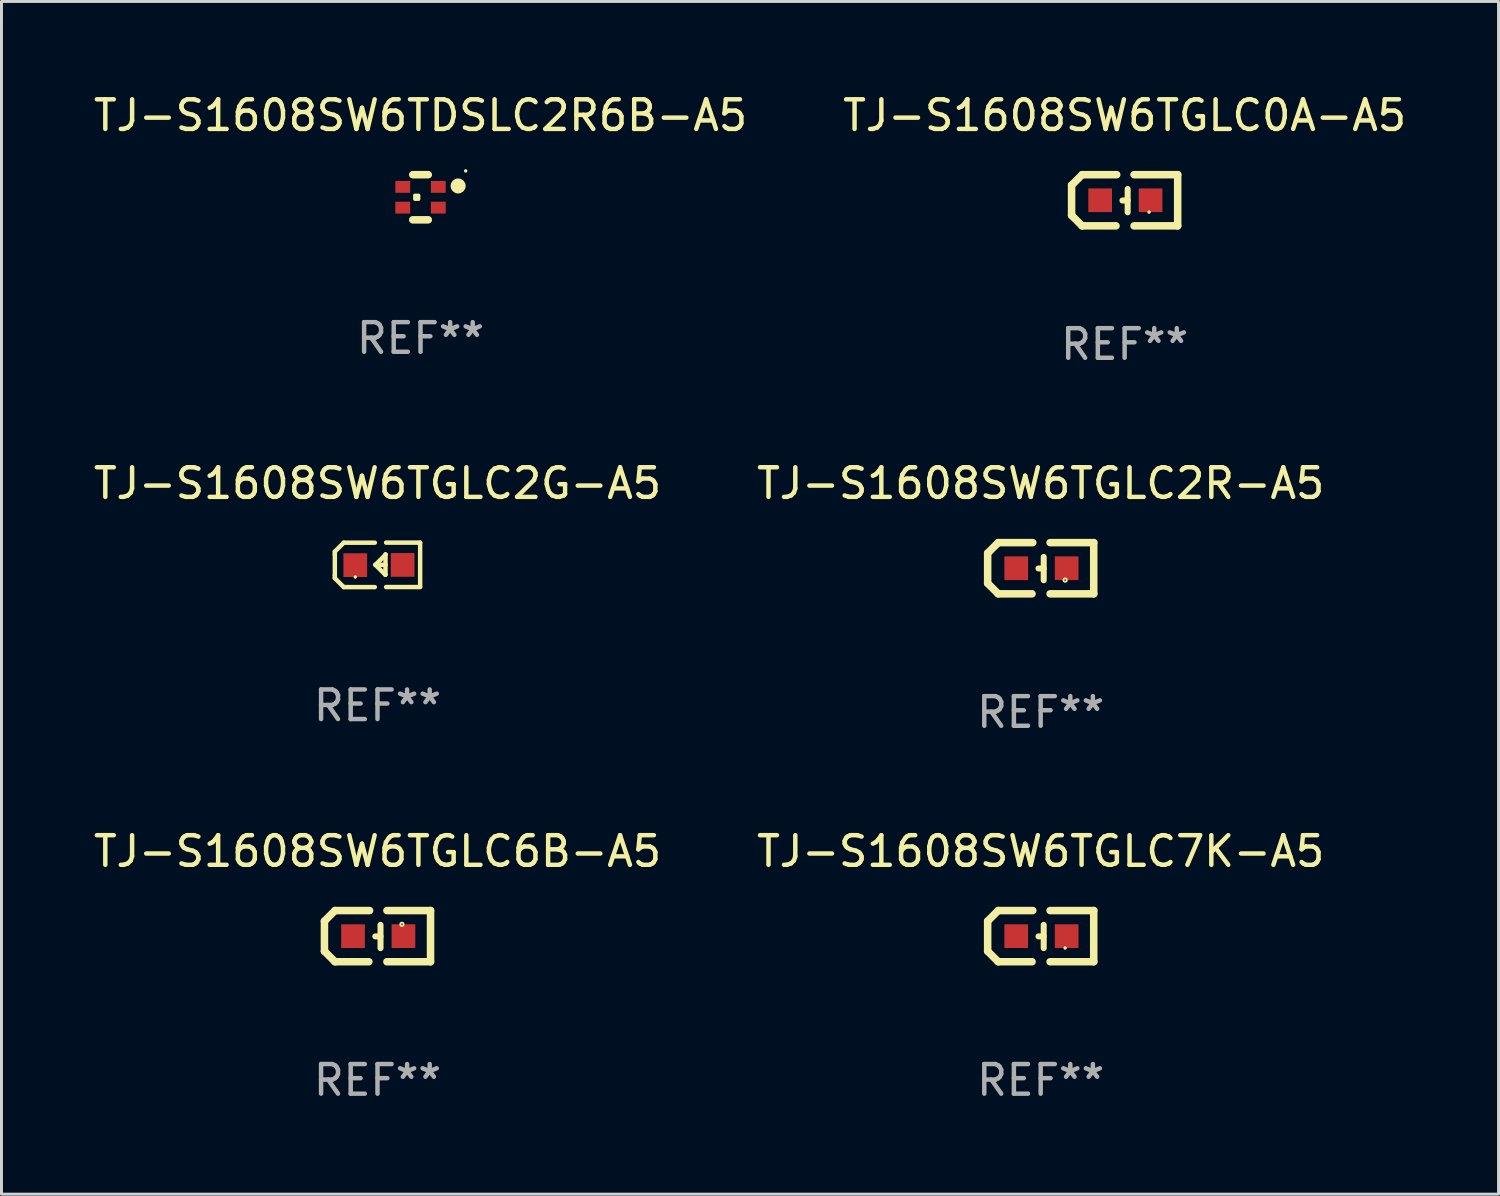
<source format=kicad_pcb>
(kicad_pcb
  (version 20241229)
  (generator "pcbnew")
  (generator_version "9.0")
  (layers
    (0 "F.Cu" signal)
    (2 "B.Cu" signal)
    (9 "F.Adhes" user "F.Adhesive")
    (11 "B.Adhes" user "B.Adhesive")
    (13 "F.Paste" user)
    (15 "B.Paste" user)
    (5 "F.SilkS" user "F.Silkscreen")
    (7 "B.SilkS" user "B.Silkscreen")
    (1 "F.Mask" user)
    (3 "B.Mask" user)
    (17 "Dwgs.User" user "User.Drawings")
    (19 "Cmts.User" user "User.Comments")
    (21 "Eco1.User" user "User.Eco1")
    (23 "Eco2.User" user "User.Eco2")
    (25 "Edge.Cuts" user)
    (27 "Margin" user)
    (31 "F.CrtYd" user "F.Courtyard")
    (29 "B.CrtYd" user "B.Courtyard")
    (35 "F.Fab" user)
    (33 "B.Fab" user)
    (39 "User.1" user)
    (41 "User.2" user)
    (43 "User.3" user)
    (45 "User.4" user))
  (footprint "TJ-S1608SW6TGLC2R-A5"
    (layer "F.Cu")
    (at 32.089 16.136)
    (property "Reference" "TJ-S1608SW6TGLC2R-A5" (at 0 -2.864 0) (layer "F.SilkS") (effects (font (size 1 1) (thickness 0.15))))
    (attr through_hole)
    (fp_line (start -1.791 -0.508) (end -1.435 -0.864) (stroke (width 0.254) (type solid)) (layer "F.SilkS"))
    (fp_line (start -1.791 0.508) (end -1.791 -0.508) (stroke (width 0.254) (type solid)) (layer "F.SilkS"))
    (fp_line (start -1.435 0.864) (end -1.791 0.508) (stroke (width 0.254) (type solid)) (layer "F.SilkS"))
    (fp_line (start -0.292 0.864) (end -1.435 0.864) (stroke (width 0.254) (type solid)) (layer "F.SilkS"))
    (fp_line (start -0.267 -0.864) (end -1.435 -0.864) (stroke (width 0.254) (type solid)) (layer "F.SilkS"))
    (fp_line (start 0.102 0.008) (end -0.074 0.008) (stroke (width 0.203) (type solid)) (layer "F.SilkS"))
    (fp_line (start 0.102 0.406) (end 0.102 -0.381) (stroke (width 0.203) (type solid)) (layer "F.SilkS"))
    (fp_line (start 1.791 -0.864) (end 0.318 -0.864) (stroke (width 0.254) (type solid)) (layer "F.SilkS"))
    (fp_line (start 1.791 0.864) (end 0.318 0.864) (stroke (width 0.254) (type solid)) (layer "F.SilkS"))
    (fp_line (start 1.791 0.864) (end 1.791 -0.864) (stroke (width 0.254) (type solid)) (layer "F.SilkS"))
    (fp_circle (center 0.826 0.4) (end 0.855 0.4) (stroke (width 0.06) (type solid)) (fill no) (layer "F.SilkS"))
    (fp_text user "REF**" (at 0 4.864 0) (layer "F.Fab") (effects (font (size 1 1) (thickness 0.15))))
    (pad "1" smd rect (at 0.876 0 90) (size 0.8 0.8) (layers "F.Cu" "F.Mask" "F.Paste"))
    (pad "2" smd rect (at -0.826 0 90) (size 0.8 0.8) (layers "F.Cu" "F.Mask" "F.Paste")))
  (footprint "TJ-S1608SW6TGLC7K-A5"
    (layer "F.Cu")
    (at 32.089 28.559)
    (property "Reference" "TJ-S1608SW6TGLC7K-A5" (at 0 -2.864 0) (layer "F.SilkS") (effects (font (size 1 1) (thickness 0.15))))
    (attr through_hole)
    (fp_line (start -1.791 -0.508) (end -1.435 -0.864) (stroke (width 0.254) (type solid)) (layer "F.SilkS"))
    (fp_line (start -1.791 0.508) (end -1.791 -0.508) (stroke (width 0.254) (type solid)) (layer "F.SilkS"))
    (fp_line (start -1.435 0.864) (end -1.791 0.508) (stroke (width 0.254) (type solid)) (layer "F.SilkS"))
    (fp_line (start -0.292 0.864) (end -1.435 0.864) (stroke (width 0.254) (type solid)) (layer "F.SilkS"))
    (fp_line (start -0.267 -0.864) (end -1.435 -0.864) (stroke (width 0.254) (type solid)) (layer "F.SilkS"))
    (fp_line (start 0.102 0.008) (end -0.074 0.008) (stroke (width 0.203) (type solid)) (layer "F.SilkS"))
    (fp_line (start 0.102 0.406) (end 0.102 -0.381) (stroke (width 0.203) (type solid)) (layer "F.SilkS"))
    (fp_line (start 1.791 -0.864) (end 0.318 -0.864) (stroke (width 0.254) (type solid)) (layer "F.SilkS"))
    (fp_line (start 1.791 0.864) (end 0.318 0.864) (stroke (width 0.254) (type solid)) (layer "F.SilkS"))
    (fp_line (start 1.791 0.864) (end 1.791 -0.864) (stroke (width 0.254) (type solid)) (layer "F.SilkS"))
    (fp_circle (center 0.825 0.4) (end 0.855 0.4) (stroke (width 0.06) (type solid)) (fill no) (layer "F.SilkS"))
    (fp_text user "REF**" (at 0 4.864 0) (layer "F.Fab") (effects (font (size 1 1) (thickness 0.15))))
    (pad "1" smd rect (at 0.876 0 90) (size 0.8 0.8) (layers "F.Cu" "F.Mask" "F.Paste"))
    (pad "2" smd rect (at -0.826 0 90) (size 0.8 0.8) (layers "F.Cu" "F.Mask" "F.Paste")))
  (footprint "TJ-S1608SW6TGLC2G-A5"
    (layer "F.Cu")
    (at 9.696 16.023)
    (property "Reference" "TJ-S1608SW6TGLC2G-A5" (at 0 -2.751 0) (layer "F.SilkS") (effects (font (size 1 1) (thickness 0.15))))
    (attr through_hole)
    (fp_line (start -1.44 -0.449) (end -1.14 -0.749) (stroke (width 0.15) (type solid)) (layer "F.SilkS"))
    (fp_line (start -1.44 -0.349) (end -1.44 -0.449) (stroke (width 0.15) (type solid)) (layer "F.SilkS"))
    (fp_line (start -1.44 -0.349) (end -1.44 0.351) (stroke (width 0.15) (type solid)) (layer "F.SilkS"))
    (fp_line (start -1.44 0.351) (end -1.44 0.451) (stroke (width 0.15) (type solid)) (layer "F.SilkS"))
    (fp_line (start -1.44 0.451) (end -1.14 0.751) (stroke (width 0.15) (type solid)) (layer "F.SilkS"))
    (fp_line (start -0.09 -0.749) (end -1.14 -0.749) (stroke (width 0.15) (type solid)) (layer "F.SilkS"))
    (fp_line (start -0.09 0.751) (end -1.14 0.751) (stroke (width 0.15) (type solid)) (layer "F.SilkS"))
    (fp_line (start 0.26 0.329) (end -0.07 -0.001) (stroke (width 0.15) (type solid)) (layer "F.SilkS"))
    (fp_line (start 0.27 -0.351) (end 0.27 -0.341) (stroke (width 0.15) (type solid)) (layer "F.SilkS"))
    (fp_line (start 0.27 -0.351) (end 0.27 0.329) (stroke (width 0.15) (type solid)) (layer "F.SilkS"))
    (fp_line (start 0.27 -0.341) (end -0.07 -0.001) (stroke (width 0.15) (type solid)) (layer "F.SilkS"))
    (fp_line (start 0.27 -0.001) (end -0.07 -0.001) (stroke (width 0.15) (type solid)) (layer "F.SilkS"))
    (fp_line (start 0.27 0.329) (end 0.26 0.329) (stroke (width 0.15) (type solid)) (layer "F.SilkS"))
    (fp_line (start 0.29 -0.751) (end 1.44 -0.751) (stroke (width 0.15) (type solid)) (layer "F.SilkS"))
    (fp_line (start 0.29 0.749) (end 1.44 0.749) (stroke (width 0.15) (type solid)) (layer "F.SilkS"))
    (fp_line (start 1.44 -0.751) (end 1.44 0.729) (stroke (width 0.15) (type solid)) (layer "F.SilkS"))
    (fp_circle (center -0.75 0.409) (end -0.72 0.409) (stroke (width 0.06) (type solid)) (fill no) (layer "F.SilkS"))
    (fp_text user "REF**" (at 0 4.751 0) (layer "F.Fab") (effects (font (size 1 1) (thickness 0.15))))
    (pad "1" smd rect (at -0.75 0.009 90) (size 0.8 0.8) (layers "F.Cu" "F.Mask" "F.Paste"))
    (pad "2" smd rect (at 0.849 0.002 90) (size 0.8 0.8) (layers "F.Cu" "F.Mask" "F.Paste")))
  (footprint "TJ-S1608SW6TGLC0A-A5"
    (layer "F.Cu")
    (at 34.923 3.712)
    (property "Reference" "TJ-S1608SW6TGLC0A-A5" (at 0 -2.864 0) (layer "F.SilkS") (effects (font (size 1 1) (thickness 0.15))))
    (attr through_hole)
    (fp_line (start -1.791 -0.508) (end -1.435 -0.864) (stroke (width 0.254) (type solid)) (layer "F.SilkS"))
    (fp_line (start -1.791 0.508) (end -1.791 -0.508) (stroke (width 0.254) (type solid)) (layer "F.SilkS"))
    (fp_line (start -1.435 0.864) (end -1.791 0.508) (stroke (width 0.254) (type solid)) (layer "F.SilkS"))
    (fp_line (start -0.292 0.864) (end -1.435 0.864) (stroke (width 0.254) (type solid)) (layer "F.SilkS"))
    (fp_line (start -0.267 -0.864) (end -1.435 -0.864) (stroke (width 0.254) (type solid)) (layer "F.SilkS"))
    (fp_line (start 0.102 0.008) (end -0.074 0.008) (stroke (width 0.203) (type solid)) (layer "F.SilkS"))
    (fp_line (start 0.102 0.406) (end 0.102 -0.381) (stroke (width 0.203) (type solid)) (layer "F.SilkS"))
    (fp_line (start 1.791 -0.864) (end 0.318 -0.864) (stroke (width 0.254) (type solid)) (layer "F.SilkS"))
    (fp_line (start 1.791 0.864) (end 0.318 0.864) (stroke (width 0.254) (type solid)) (layer "F.SilkS"))
    (fp_line (start 1.791 0.864) (end 1.791 -0.864) (stroke (width 0.254) (type solid)) (layer "F.SilkS"))
    (fp_circle (center 0.825 0.4) (end 0.855 0.4) (stroke (width 0.06) (type solid)) (fill no) (layer "F.SilkS"))
    (fp_text user "REF**" (at 0 4.864 0) (layer "F.Fab") (effects (font (size 1 1) (thickness 0.15))))
    (pad "1" smd rect (at 0.876 0 90) (size 0.8 0.8) (layers "F.Cu" "F.Mask" "F.Paste"))
    (pad "2" smd rect (at -0.826 0 90) (size 0.8 0.8) (layers "F.Cu" "F.Mask" "F.Paste")))
  (footprint "TJ-S1608SW6TGLC6B-A5"
    (layer "F.Cu")
    (at 9.696 28.559)
    (property "Reference" "TJ-S1608SW6TGLC6B-A5" (at 0 -2.864 0) (layer "F.SilkS") (effects (font (size 1 1) (thickness 0.15))))
    (attr through_hole)
    (fp_line (start -1.791 -0.508) (end -1.435 -0.864) (stroke (width 0.254) (type solid)) (layer "F.SilkS"))
    (fp_line (start -1.791 0.508) (end -1.791 -0.508) (stroke (width 0.254) (type solid)) (layer "F.SilkS"))
    (fp_line (start -1.435 0.864) (end -1.791 0.508) (stroke (width 0.254) (type solid)) (layer "F.SilkS"))
    (fp_line (start -0.292 0.864) (end -1.435 0.864) (stroke (width 0.254) (type solid)) (layer "F.SilkS"))
    (fp_line (start -0.267 -0.864) (end -1.435 -0.864) (stroke (width 0.254) (type solid)) (layer "F.SilkS"))
    (fp_line (start 0.102 0.008) (end -0.074 0.008) (stroke (width 0.203) (type solid)) (layer "F.SilkS"))
    (fp_line (start 0.102 0.406) (end 0.102 -0.381) (stroke (width 0.203) (type solid)) (layer "F.SilkS"))
    (fp_line (start 1.791 -0.864) (end 0.318 -0.864) (stroke (width 0.254) (type solid)) (layer "F.SilkS"))
    (fp_line (start 1.791 0.864) (end 0.318 0.864) (stroke (width 0.254) (type solid)) (layer "F.SilkS"))
    (fp_line (start 1.791 0.864) (end 1.791 -0.864) (stroke (width 0.254) (type solid)) (layer "F.SilkS"))
    (fp_circle (center 0.826 -0.4) (end 0.855 -0.4) (stroke (width 0.06) (type solid)) (fill no) (layer "F.SilkS"))
    (fp_text user "REF**" (at 0 4.864 0) (layer "F.Fab") (effects (font (size 1 1) (thickness 0.15))))
    (pad "1" smd rect (at 0.876 0 90) (size 0.8 0.8) (layers "F.Cu" "F.Mask" "F.Paste"))
    (pad "2" smd rect (at -0.826 0 90) (size 0.8 0.8) (layers "F.Cu" "F.Mask" "F.Paste")))
  (footprint "TJ-S1608SW6TDSLC2R6B-A5"
    (layer "F.Cu")
    (at 11.149 3.61)
    (property "Reference" "TJ-S1608SW6TDSLC2R6B-A5" (at 0 -2.762 0) (layer "F.SilkS") (effects (font (size 1 1) (thickness 0.15))))
    (attr through_hole)
    (fp_line (start -0.262 -0.762) (end 0.262 -0.762) (stroke (width 0.254) (type solid)) (layer "F.SilkS"))
    (fp_line (start -0.262 0.762) (end 0.262 0.762) (stroke (width 0.254) (type solid)) (layer "F.SilkS"))
    (fp_circle (center 1.27 -0.381) (end 1.397 -0.381) (stroke (width 0.254) (type solid)) (fill no) (layer "F.SilkS"))
    (fp_circle (center 1.524 -0.889) (end 1.554 -0.889) (stroke (width 0.06) (type solid)) (fill no) (layer "F.SilkS"))
    (fp_poly (pts (xy -0.191 -0.064) (xy -0.064 -0.064) (xy -0.064 0.064) (xy -0.191 0.064)) (stroke (width 0.12) (type solid)) (fill yes) (layer "F.SilkS"))
    (fp_text user "REF**" (at 0 4.762 0) (layer "F.Fab") (effects (font (size 1 1) (thickness 0.15))))
    (pad "1" smd rect (at 0.6 -0.35 90) (size 0.4 0.5) (layers "F.Cu" "F.Mask" "F.Paste"))
    (pad "2" smd rect (at -0.6 -0.35 90) (size 0.4 0.5) (layers "F.Cu" "F.Mask" "F.Paste"))
    (pad "3" smd rect (at 0.6 0.35 90) (size 0.4 0.5) (layers "F.Cu" "F.Mask" "F.Paste"))
    (pad "4" smd rect (at -0.6 0.35 90) (size 0.4 0.5) (layers "F.Cu" "F.Mask" "F.Paste")))
  (gr_rect
    (start -3 -3)
    (end 47.548 37.271)
    (stroke (width 0.1) (type default))
    (fill no)
    (layer "Edge.Cuts")))
</source>
